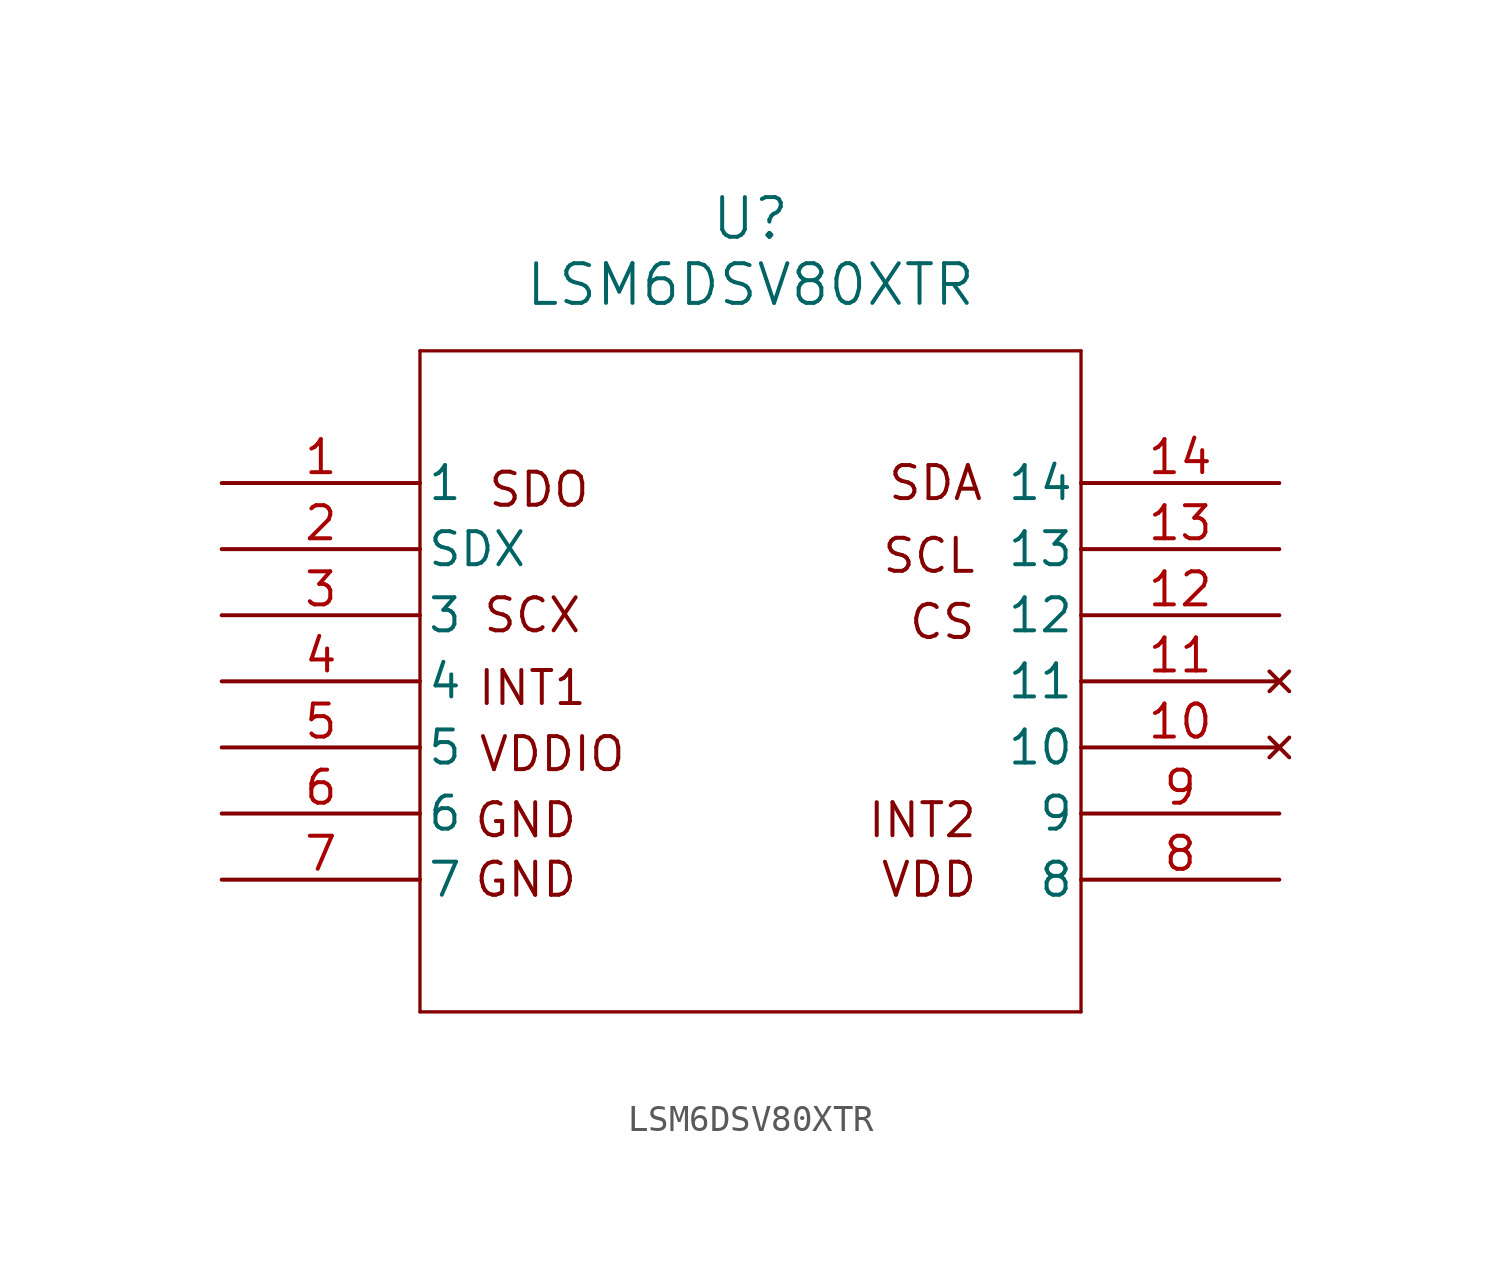
<source format=kicad_sym>
(kicad_symbol_lib
  (version 20241209)
  (generator "kicad_symbol_editor")
  (generator_version "9.0")
  (symbol "LSM6DSV80XTR"
    (pin_names
      (offset 0.254))
    (property "Reference" "U"
      (at 20.32 10.16 0)
      (effects (font (size 1.524 1.524))))
    (property "Value" "LSM6DSV80XTR"
      (at 20.32 7.62 0)
      (effects (font (size 1.524 1.524))))
    (property "ki_locked" ""
      (at 0 0 0)
      (effects (font (size 1.27 1.27))))
    (symbol "LSM6DSV80XTR_0_1"
      (polyline (pts (xy 7.62 5.08) (xy 7.62 -20.32)) (stroke (width 0.127) (type default)) (fill (type none)))
      (polyline (pts (xy 7.62 -20.32) (xy 33.02 -20.32)) (stroke (width 0.127) (type default)) (fill (type none)))
      (polyline (pts (xy 33.02 5.08) (xy 7.62 5.08)) (stroke (width 0.127) (type default)) (fill (type none)))
      (polyline (pts (xy 33.02 -20.32) (xy 33.02 5.08)) (stroke (width 0.127) (type default)) (fill (type none)))
      (pin unspecified line (at 0 0 0) (length 7.62) (name "1" (effects (font (size 1.27 1.27)))) (number "1" (effects (font (size 1.27 1.27)))))
      (pin unspecified line (at 0 -2.54 0) (length 7.62) (name "SDX" (effects (font (size 1.27 1.27)))) (number "2" (effects (font (size 1.27 1.27)))))
      (pin unspecified line (at 0 -5.08 0) (length 7.62) (name "3" (effects (font (size 1.27 1.27)))) (number "3" (effects (font (size 1.27 1.27)))))
      (pin input line (at 0 -7.62 0) (length 7.62) (name "4" (effects (font (size 1.27 1.27)))) (number "4" (effects (font (size 1.27 1.27)))))
      (pin power_in line (at 0 -10.16 0) (length 7.62) (name "5" (effects (font (size 1.27 1.27)))) (number "5" (effects (font (size 1.27 1.27)))))
      (pin power_out line (at 0 -12.7 0) (length 7.62) (name "6" (effects (font (size 1.27 1.27)))) (number "6" (effects (font (size 1.27 1.27)))))
      (pin power_out line (at 0 -15.24 0) (length 7.62) (name "7" (effects (font (size 1.27 1.27)))) (number "7" (effects (font (size 1.27 1.27)))))
      (pin unspecified line (at 40.64 0 180) (length 7.62) (name "14" (effects (font (size 1.27 1.27)))) (number "14" (effects (font (size 1.27 1.27)))))
      (pin unspecified line (at 40.64 -2.54 180) (length 7.62) (name "13" (effects (font (size 1.27 1.27)))) (number "13" (effects (font (size 1.27 1.27)))))
      (pin unspecified line (at 40.64 -5.08 180) (length 7.62) (name "12" (effects (font (size 1.27 1.27)))) (number "12" (effects (font (size 1.27 1.27)))))
      (pin no_connect line (at 40.64 -7.62 180) (length 7.62) (name "11" (effects (font (size 1.27 1.27)))) (number "11" (effects (font (size 1.27 1.27)))))
      (pin no_connect line (at 40.64 -10.16 180) (length 7.62) (name "10" (effects (font (size 1.27 1.27)))) (number "10" (effects (font (size 1.27 1.27)))))
      (pin input line (at 40.64 -12.7 180) (length 7.62) (name "9" (effects (font (size 1.27 1.27)))) (number "9" (effects (font (size 1.27 1.27)))))
      (pin power_in line (at 40.64 -15.24 180) (length 7.62) (name "8" (effects (font (size 1.27 1.27)))) (number "8" (effects (font (size 1.27 1.27))))))
    (symbol "LSM6DSV80XTR_1_1"
      (text "GND\n" (at 11.684 -12.954 0) (effects (font (size 1.27 1.27))))
      (text "GND\n" (at 11.684 -15.24 0) (effects (font (size 1.27 1.27))))
      (text "SCX" (at 11.938 -5.08 0) (effects (font (size 1.27 1.27))))
      (text "INT1" (at 11.938 -7.874 0) (effects (font (size 1.27 1.27))))
      (text "SDO" (at 12.192 -0.254 0) (effects (font (size 1.27 1.27))))
      (text "VDDIO" (at 12.7 -10.414 0) (effects (font (size 1.27 1.27))))
      (text "INT2" (at 26.924 -12.954 0) (effects (font (size 1.27 1.27))))
      (text "SCL" (at 27.178 -2.794 0) (effects (font (size 1.27 1.27))))
      (text "VDD\n" (at 27.178 -15.24 0) (effects (font (size 1.27 1.27))))
      (text "SDA" (at 27.432 0 0) (effects (font (size 1.27 1.27))))
      (text "CS" (at 27.686 -5.334 0) (effects (font (size 1.27 1.27)))))))
</source>
